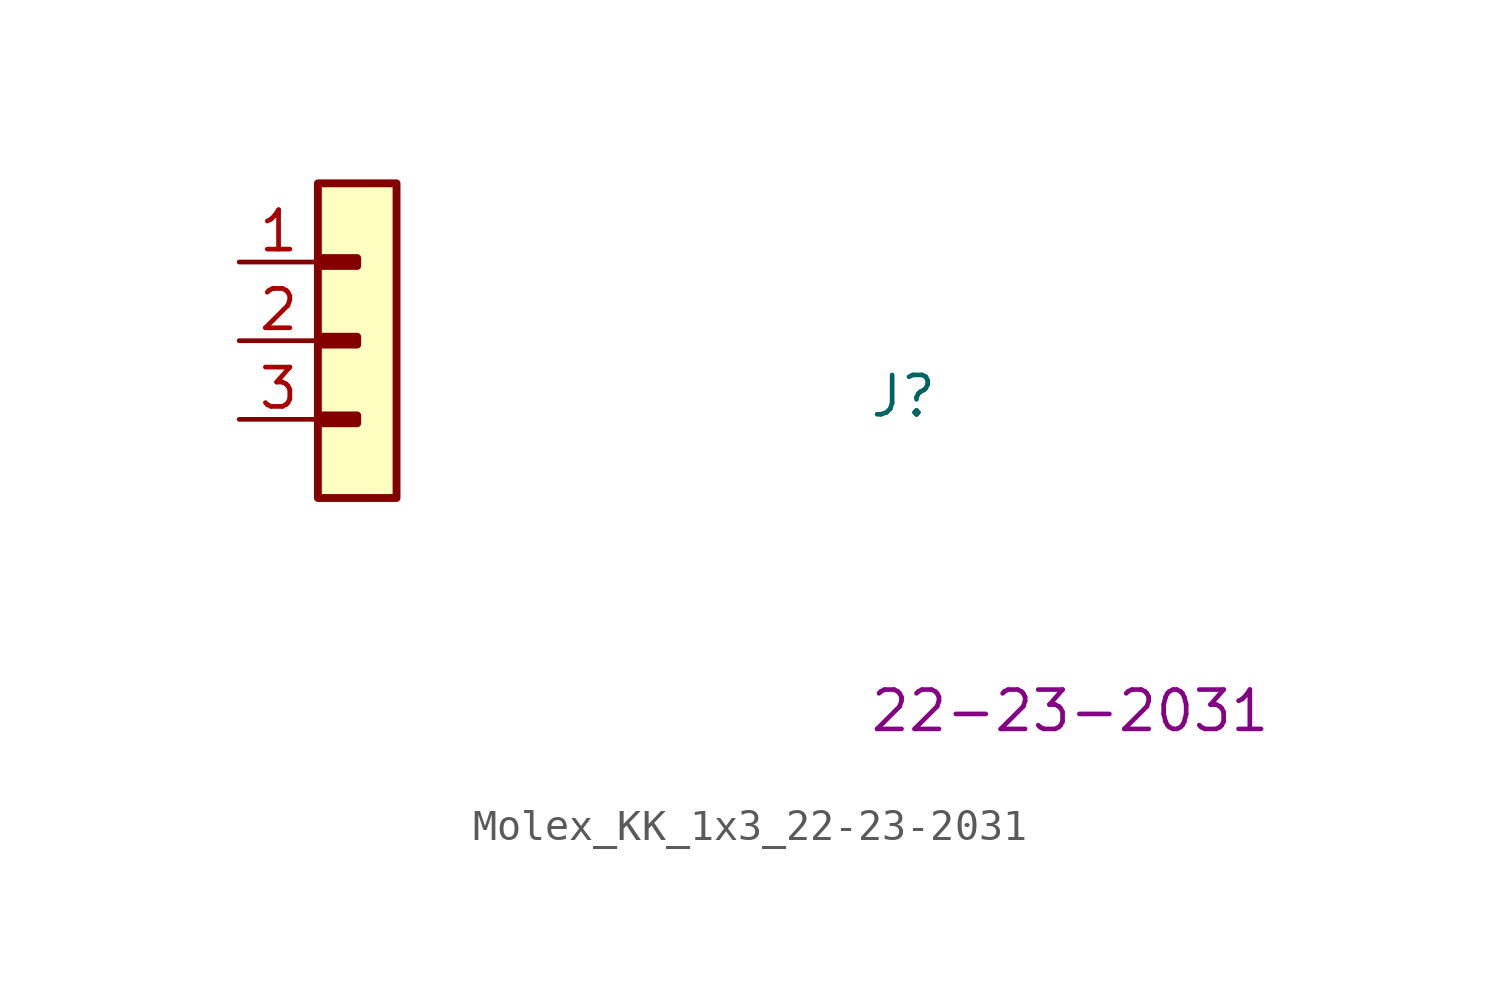
<source format=kicad_sym>
(kicad_symbol_lib
  (version 20220914)
  (generator kicad_symbol_editor)
  (symbol "Molex_KK_1x3_22-23-2031"
    (property "Reference" "J"
      (at 20.32 -5.08 0)
      (effects (font (size 1.27 1.27) (thickness 0.15)) (justify left bottom)))
    (property "MPN" "22-23-2031"
      (at 20.32 -15.24 0)
      (effects (font (size 1.27 1.27) (thickness 0.15)) (justify left bottom)))
    (symbol "Molex_KK_1x3_22-23-2031_1_1"
      (rectangle (start 2.54 -4.953) (end 3.81 -5.207) (stroke (width 0.254) (type default)) (fill (type background)))
      (rectangle (start 2.54 -2.413) (end 3.81 -2.667) (stroke (width 0.254) (type default)) (fill (type background)))
      (rectangle (start 2.54 0.127) (end 3.81 -0.127) (stroke (width 0.254) (type default)) (fill (type background)))
      (rectangle (start 2.54 2.54) (end 5.08 -7.62) (stroke (width 0.254) (type default)) (fill (type background)))
      (pin passive line (at 0 0 0) (length 2.54) (name "~" (effects (font (size 1.27 1.27)))) (number "1" (effects (font (size 1.27 1.27)))))
      (pin passive line (at 0 -2.54 0) (length 2.54) (name "~" (effects (font (size 1.27 1.27)))) (number "2" (effects (font (size 1.27 1.27)))))
      (pin passive line (at 0 -5.08 0) (length 2.54) (name "~" (effects (font (size 1.27 1.27)))) (number "3" (effects (font (size 1.27 1.27))))))))
</source>
